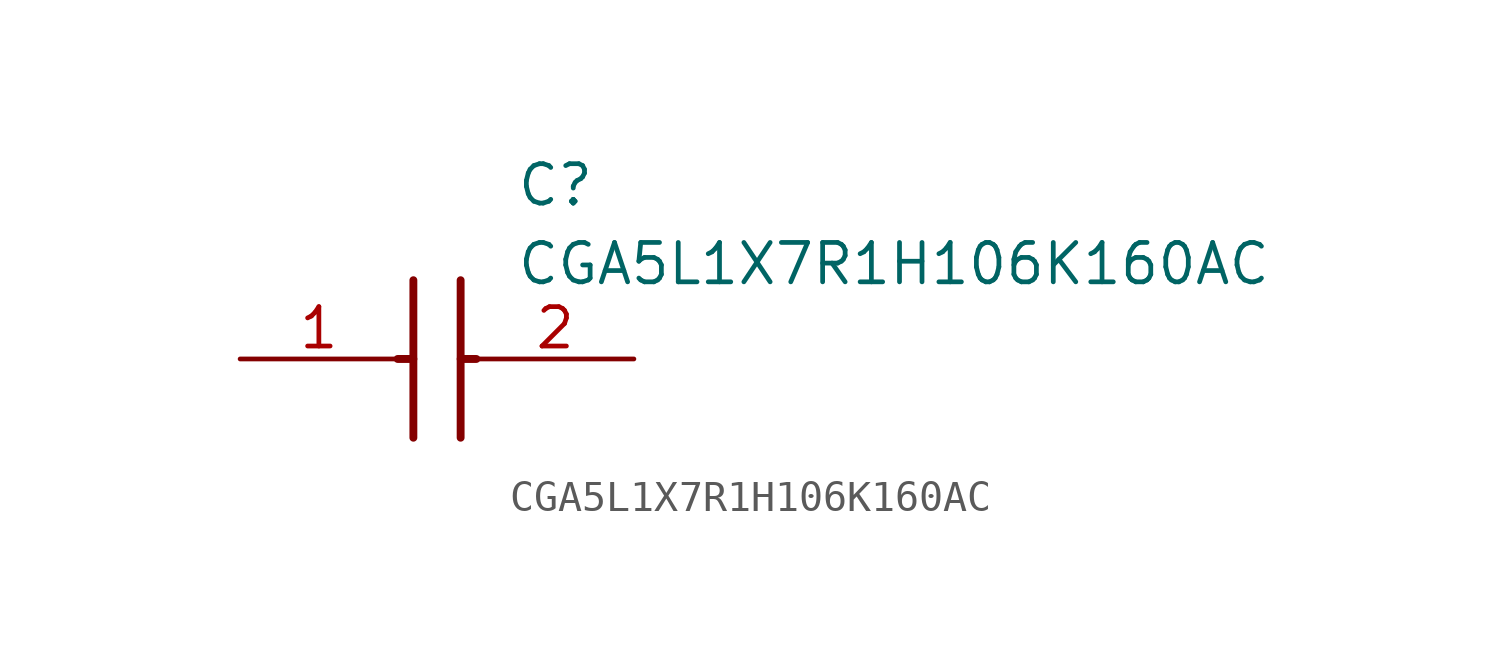
<source format=kicad_sym>
(kicad_symbol_lib
  (version 20211014)
  (generator SamacSys_ECAD_Model)
  (symbol "CGA5L1X7R1H106K160AC"
    (pin_names hide)
    (property "Reference" "C"
      (at 8.89 6.35 0)
      (effects (font (size 1.27 1.27)) (justify left top)))
    (property "Value" "CGA5L1X7R1H106K160AC"
      (at 8.89 3.81 0)
      (effects (font (size 1.27 1.27)) (justify left top)))
    (polyline
      (pts (xy 5.588 2.54) (xy 5.588 -2.54))
      (stroke (width 0.254) (type default))
      (fill (type none)))
    (polyline
      (pts (xy 7.112 2.54) (xy 7.112 -2.54))
      (stroke (width 0.254) (type default))
      (fill (type none)))
    (polyline
      (pts (xy 5.08 0) (xy 5.588 0))
      (stroke (width 0.254) (type default))
      (fill (type none)))
    (polyline
      (pts (xy 7.112 0) (xy 7.62 0))
      (stroke (width 0.254) (type default))
      (fill (type none)))
    (pin passive line
      (at 0 0 0)
      (length 5.08)
      (name "1" (effects (font (size 1.27 1.27))))
      (number "1" (effects (font (size 1.27 1.27)))))
    (pin passive line
      (at 12.7 0 180)
      (length 5.08)
      (name "2" (effects (font (size 1.27 1.27))))
      (number "2" (effects (font (size 1.27 1.27)))))))
</source>
